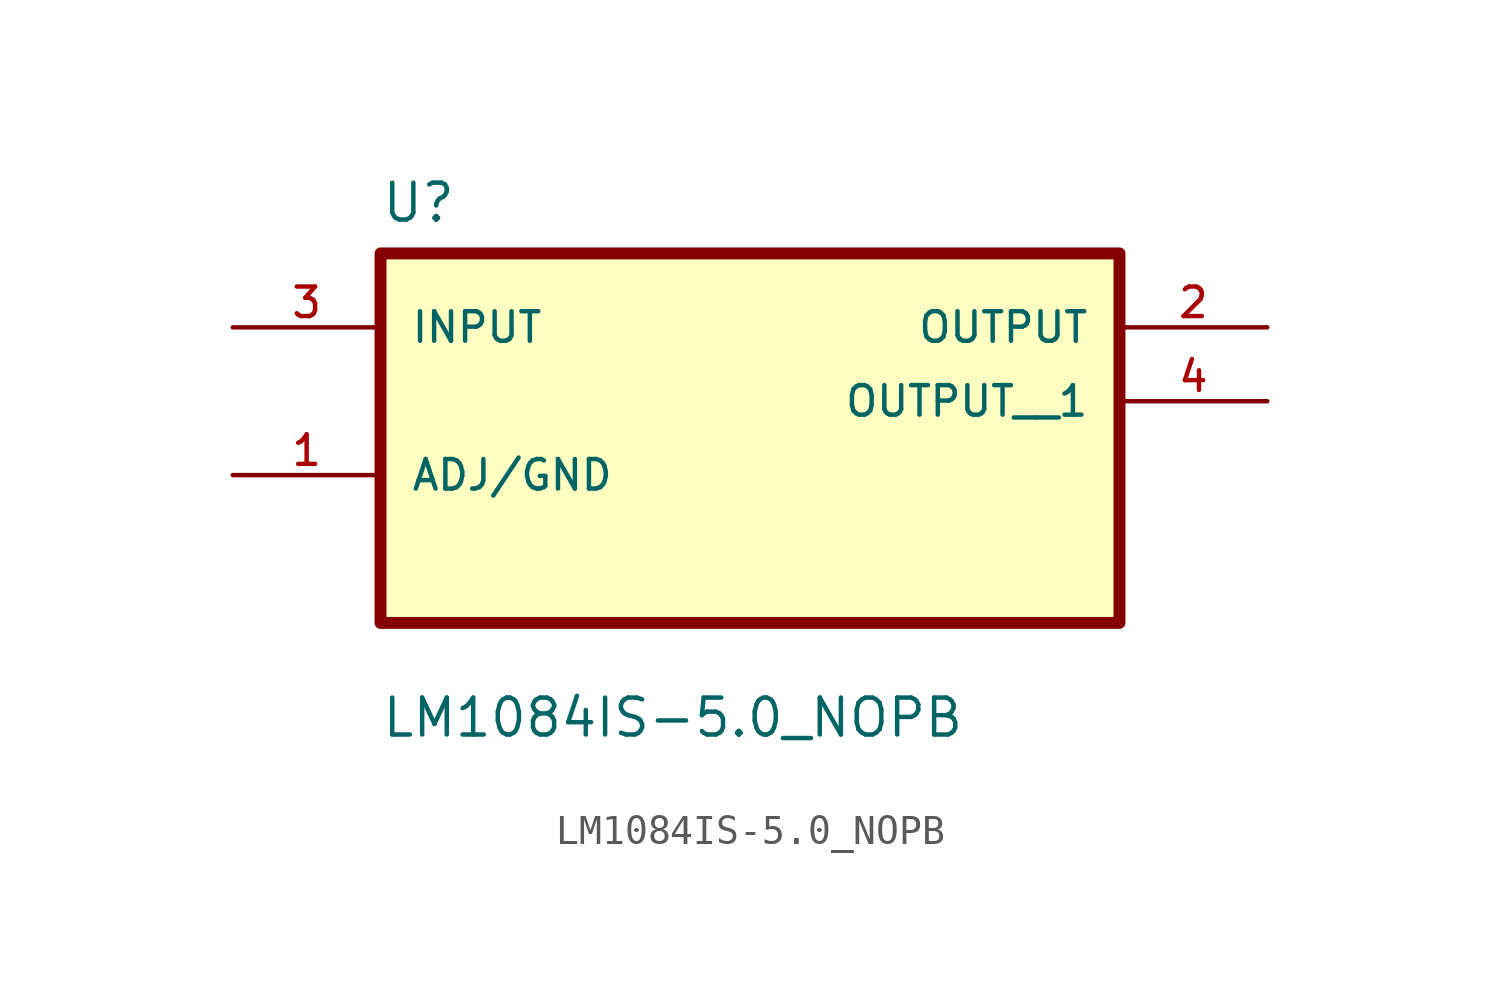
<source format=kicad_sym>
(kicad_symbol_lib
  (version 20211014)
  (generator kicad_symbol_editor)
  (symbol "LM1084IS-5.0_NOPB"
    (pin_names
      (offset 1.016))
    (property "Reference" "U"
      (at -12.7 6.08 0.0)
      (effects (font (size 1.27 1.27)) (justify bottom left)))
    (property "Value" "LM1084IS-5.0_NOPB"
      (at -12.7 -11.62 0.0)
      (effects (font (size 1.27 1.27)) (justify bottom left)))
    (symbol "LM1084IS-5.0_NOPB_0_0"
      (rectangle (start -12.7 -7.62) (end 12.7 5.08) (stroke (width 0.41)) (fill (type background)))
      (pin input line (at -17.78 2.54 0) (length 5.08) (name "INPUT" (effects (font (size 1.016 1.016)))) (number "3" (effects (font (size 1.016 1.016)))))
      (pin bidirectional line (at -17.78 -2.54 0) (length 5.08) (name "ADJ/GND" (effects (font (size 1.016 1.016)))) (number "1" (effects (font (size 1.016 1.016)))))
      (pin output line (at 17.78 2.54 180.0) (length 5.08) (name "OUTPUT" (effects (font (size 1.016 1.016)))) (number "2" (effects (font (size 1.016 1.016)))))
      (pin output line (at 17.78 0.0 180.0) (length 5.08) (name "OUTPUT__1" (effects (font (size 1.016 1.016)))) (number "4" (effects (font (size 1.016 1.016))))))))
</source>
